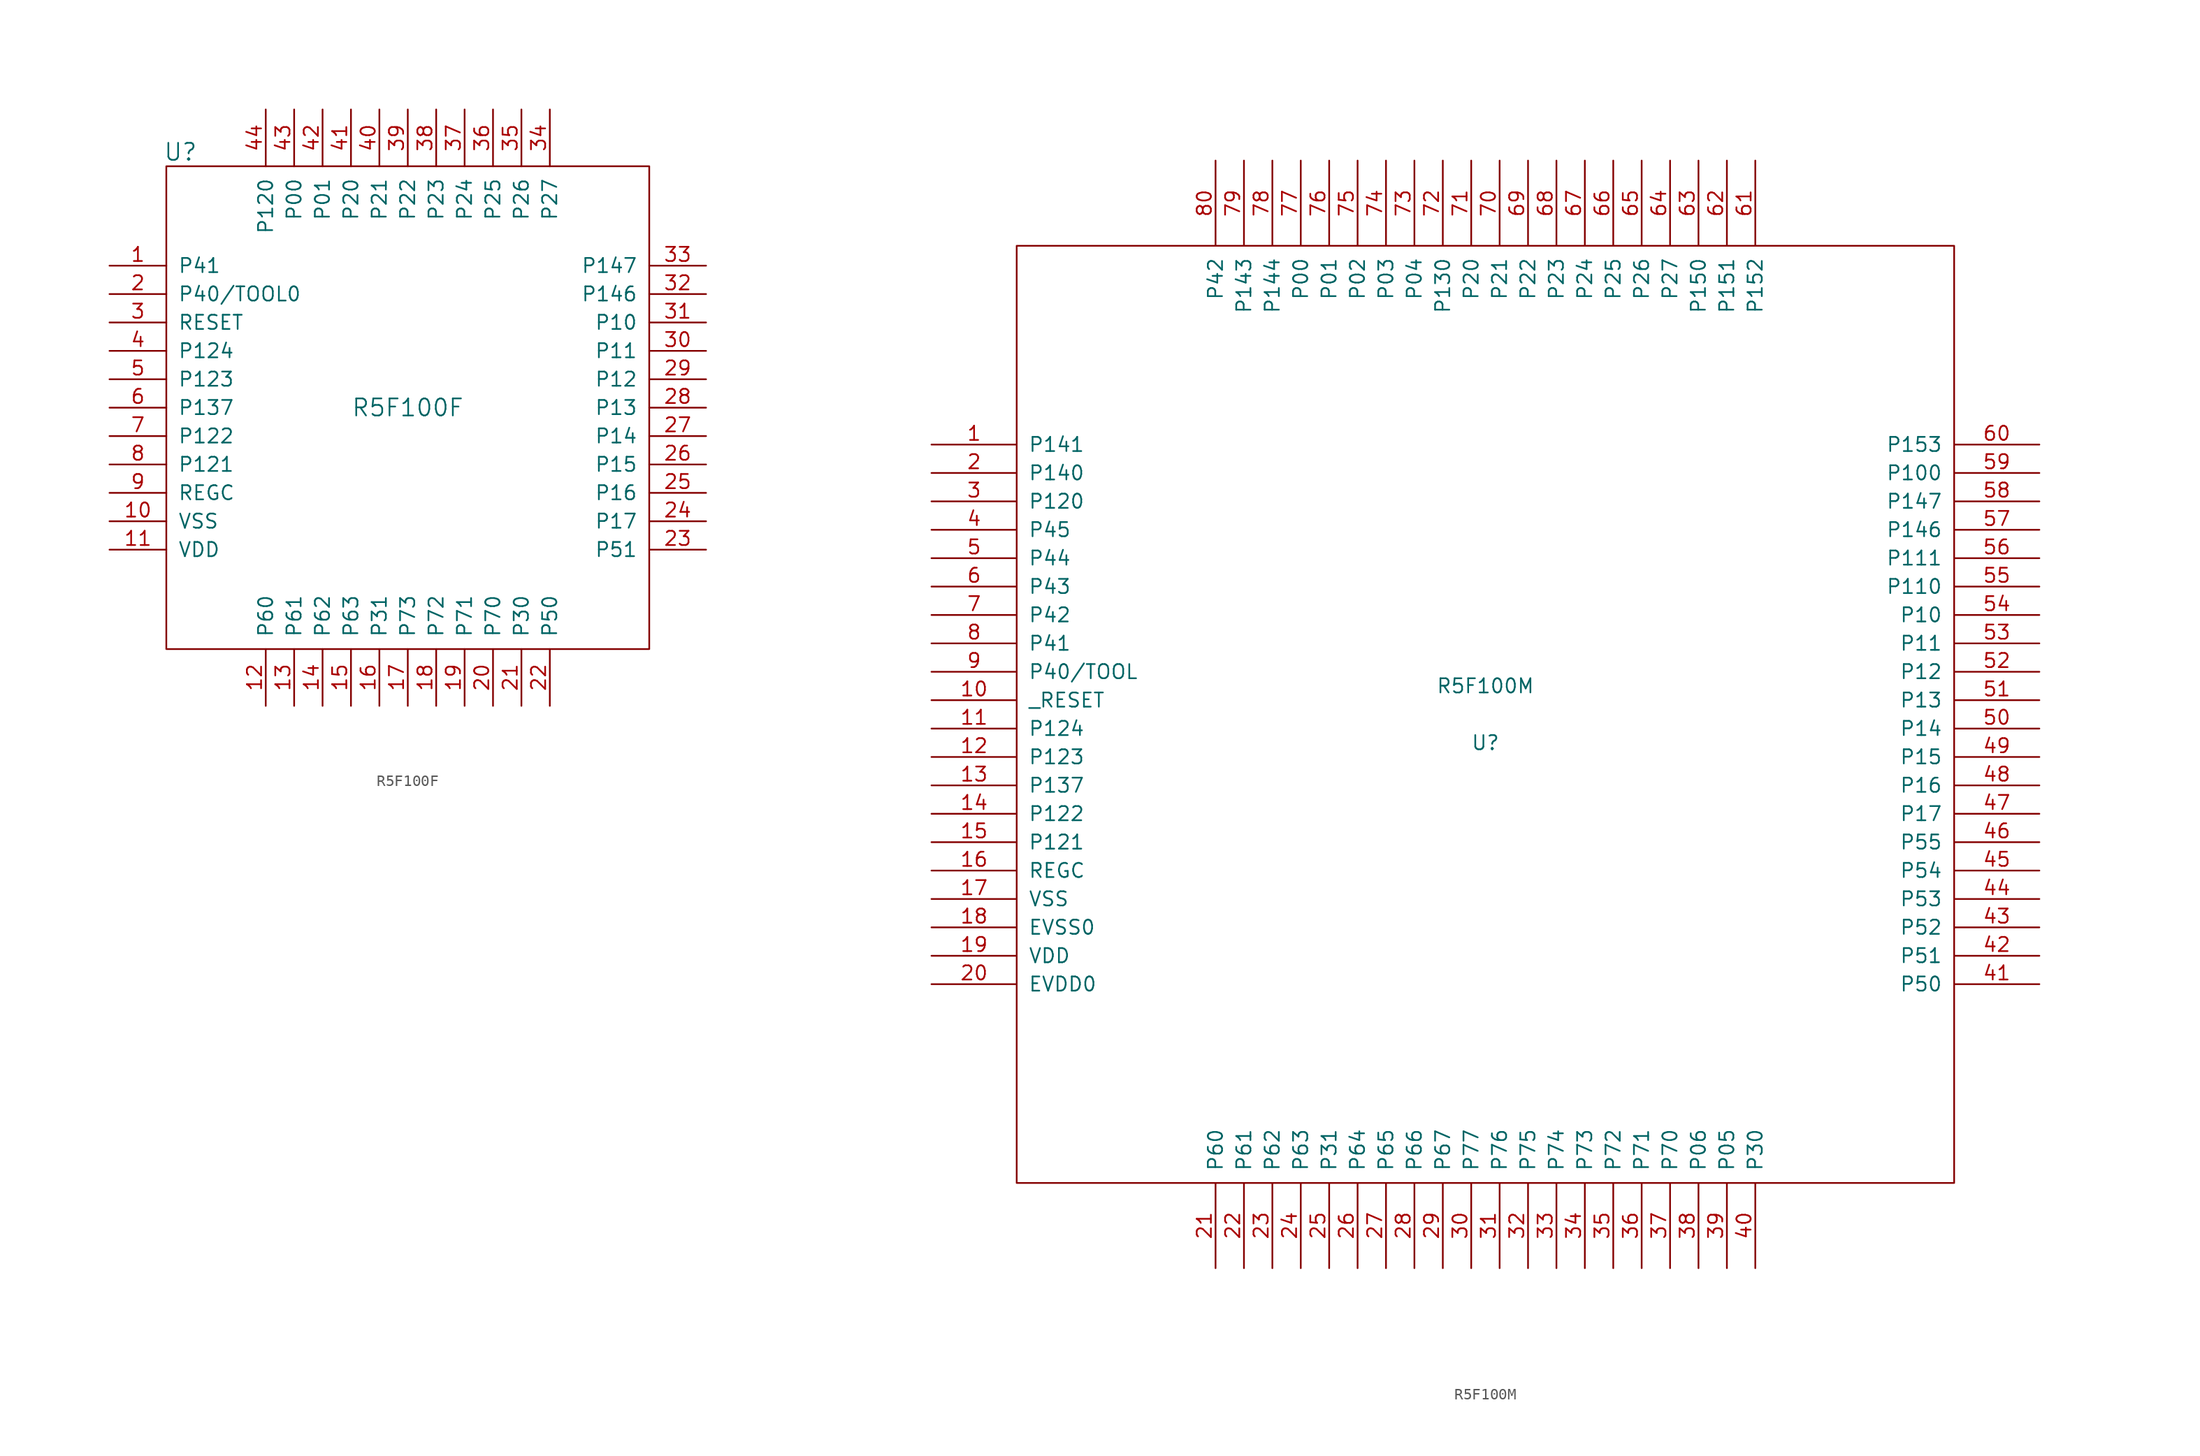
<source format=kicad_sym>
(kicad_symbol_lib
  (version 20211014)
  (generator kicad_symbol_editor)
  (symbol "R5F100F"
    (pin_names
      (offset 1.016))
    (property "Reference" "U"
      (at -20.32 22.86 0)
      (effects (font (size 1.524 1.524))))
    (property "Value" "R5F100F"
      (at 0 0 0)
      (effects (font (size 1.524 1.524))))
    (symbol "R5F100F_0_1"
      (rectangle (start -21.59 21.59) (end 21.59 -21.59) (stroke (width 0) (type default) (color 0 0 0 0)) (fill (type none))))
    (symbol "R5F100F_1_1"
      (pin input line (at -26.67 12.7 0) (length 5.08) (name "P41" (effects (font (size 1.27 1.27)))) (number "1" (effects (font (size 1.27 1.27)))))
      (pin power_in line (at -26.67 -10.16 0) (length 5.08) (name "VSS" (effects (font (size 1.27 1.27)))) (number "10" (effects (font (size 1.27 1.27)))))
      (pin power_in line (at -26.67 -12.7 0) (length 5.08) (name "VDD" (effects (font (size 1.27 1.27)))) (number "11" (effects (font (size 1.27 1.27)))))
      (pin input line (at -12.7 -26.67 90) (length 5.08) (name "P60" (effects (font (size 1.27 1.27)))) (number "12" (effects (font (size 1.27 1.27)))))
      (pin input line (at -10.16 -26.67 90) (length 5.08) (name "P61" (effects (font (size 1.27 1.27)))) (number "13" (effects (font (size 1.27 1.27)))))
      (pin input line (at -7.62 -26.67 90) (length 5.08) (name "P62" (effects (font (size 1.27 1.27)))) (number "14" (effects (font (size 1.27 1.27)))))
      (pin input line (at -5.08 -26.67 90) (length 5.08) (name "P63" (effects (font (size 1.27 1.27)))) (number "15" (effects (font (size 1.27 1.27)))))
      (pin output line (at -2.54 -26.67 90) (length 5.08) (name "P31" (effects (font (size 1.27 1.27)))) (number "16" (effects (font (size 1.27 1.27)))))
      (pin input line (at 0 -26.67 90) (length 5.08) (name "P73" (effects (font (size 1.27 1.27)))) (number "17" (effects (font (size 1.27 1.27)))))
      (pin input line (at 2.54 -26.67 90) (length 5.08) (name "P72" (effects (font (size 1.27 1.27)))) (number "18" (effects (font (size 1.27 1.27)))))
      (pin input line (at 5.08 -26.67 90) (length 5.08) (name "P71" (effects (font (size 1.27 1.27)))) (number "19" (effects (font (size 1.27 1.27)))))
      (pin bidirectional line (at -26.67 10.16 0) (length 5.08) (name "P40/TOOL0" (effects (font (size 1.27 1.27)))) (number "2" (effects (font (size 1.27 1.27)))))
      (pin input line (at 7.62 -26.67 90) (length 5.08) (name "P70" (effects (font (size 1.27 1.27)))) (number "20" (effects (font (size 1.27 1.27)))))
      (pin output line (at 10.16 -26.67 90) (length 5.08) (name "P30" (effects (font (size 1.27 1.27)))) (number "21" (effects (font (size 1.27 1.27)))))
      (pin input line (at 12.7 -26.67 90) (length 5.08) (name "P50" (effects (font (size 1.27 1.27)))) (number "22" (effects (font (size 1.27 1.27)))))
      (pin output line (at 26.67 -12.7 180) (length 5.08) (name "P51" (effects (font (size 1.27 1.27)))) (number "23" (effects (font (size 1.27 1.27)))))
      (pin input line (at 26.67 -10.16 180) (length 5.08) (name "P17" (effects (font (size 1.27 1.27)))) (number "24" (effects (font (size 1.27 1.27)))))
      (pin input line (at 26.67 -7.62 180) (length 5.08) (name "P16" (effects (font (size 1.27 1.27)))) (number "25" (effects (font (size 1.27 1.27)))))
      (pin output line (at 26.67 -5.08 180) (length 5.08) (name "P15" (effects (font (size 1.27 1.27)))) (number "26" (effects (font (size 1.27 1.27)))))
      (pin input line (at 26.67 -2.54 180) (length 5.08) (name "P14" (effects (font (size 1.27 1.27)))) (number "27" (effects (font (size 1.27 1.27)))))
      (pin output line (at 26.67 0 180) (length 5.08) (name "P13" (effects (font (size 1.27 1.27)))) (number "28" (effects (font (size 1.27 1.27)))))
      (pin output line (at 26.67 2.54 180) (length 5.08) (name "P12" (effects (font (size 1.27 1.27)))) (number "29" (effects (font (size 1.27 1.27)))))
      (pin input line (at -26.67 7.62 0) (length 5.08) (name "RESET" (effects (font (size 1.27 1.27)))) (number "3" (effects (font (size 1.27 1.27)))))
      (pin output line (at 26.67 5.08 180) (length 5.08) (name "P11" (effects (font (size 1.27 1.27)))) (number "30" (effects (font (size 1.27 1.27)))))
      (pin output line (at 26.67 7.62 180) (length 5.08) (name "P10" (effects (font (size 1.27 1.27)))) (number "31" (effects (font (size 1.27 1.27)))))
      (pin input line (at 26.67 10.16 180) (length 5.08) (name "P146" (effects (font (size 1.27 1.27)))) (number "32" (effects (font (size 1.27 1.27)))))
      (pin input line (at 26.67 12.7 180) (length 5.08) (name "P147" (effects (font (size 1.27 1.27)))) (number "33" (effects (font (size 1.27 1.27)))))
      (pin input line (at 12.7 26.67 270) (length 5.08) (name "P27" (effects (font (size 1.27 1.27)))) (number "34" (effects (font (size 1.27 1.27)))))
      (pin input line (at 10.16 26.67 270) (length 5.08) (name "P26" (effects (font (size 1.27 1.27)))) (number "35" (effects (font (size 1.27 1.27)))))
      (pin input line (at 7.62 26.67 270) (length 5.08) (name "P25" (effects (font (size 1.27 1.27)))) (number "36" (effects (font (size 1.27 1.27)))))
      (pin input line (at 5.08 26.67 270) (length 5.08) (name "P24" (effects (font (size 1.27 1.27)))) (number "37" (effects (font (size 1.27 1.27)))))
      (pin input line (at 2.54 26.67 270) (length 5.08) (name "P23" (effects (font (size 1.27 1.27)))) (number "38" (effects (font (size 1.27 1.27)))))
      (pin input line (at 0 26.67 270) (length 5.08) (name "P22" (effects (font (size 1.27 1.27)))) (number "39" (effects (font (size 1.27 1.27)))))
      (pin input line (at -26.67 5.08 0) (length 5.08) (name "P124" (effects (font (size 1.27 1.27)))) (number "4" (effects (font (size 1.27 1.27)))))
      (pin input line (at -2.54 26.67 270) (length 5.08) (name "P21" (effects (font (size 1.27 1.27)))) (number "40" (effects (font (size 1.27 1.27)))))
      (pin input line (at -5.08 26.67 270) (length 5.08) (name "P20" (effects (font (size 1.27 1.27)))) (number "41" (effects (font (size 1.27 1.27)))))
      (pin input line (at -7.62 26.67 270) (length 5.08) (name "P01" (effects (font (size 1.27 1.27)))) (number "42" (effects (font (size 1.27 1.27)))))
      (pin output line (at -10.16 26.67 270) (length 5.08) (name "P00" (effects (font (size 1.27 1.27)))) (number "43" (effects (font (size 1.27 1.27)))))
      (pin input line (at -12.7 26.67 270) (length 5.08) (name "P120" (effects (font (size 1.27 1.27)))) (number "44" (effects (font (size 1.27 1.27)))))
      (pin input line (at -26.67 2.54 0) (length 5.08) (name "P123" (effects (font (size 1.27 1.27)))) (number "5" (effects (font (size 1.27 1.27)))))
      (pin input line (at -26.67 0 0) (length 5.08) (name "P137" (effects (font (size 1.27 1.27)))) (number "6" (effects (font (size 1.27 1.27)))))
      (pin input line (at -26.67 -2.54 0) (length 5.08) (name "P122" (effects (font (size 1.27 1.27)))) (number "7" (effects (font (size 1.27 1.27)))))
      (pin input line (at -26.67 -5.08 0) (length 5.08) (name "P121" (effects (font (size 1.27 1.27)))) (number "8" (effects (font (size 1.27 1.27)))))
      (pin input line (at -26.67 -7.62 0) (length 5.08) (name "REGC" (effects (font (size 1.27 1.27)))) (number "9" (effects (font (size 1.27 1.27)))))))
  (symbol "R5F100M"
    (pin_names
      (offset 1.016))
    (property "Reference" "U"
      (at 0 -2.54 0)
      (effects (font (size 1.27 1.27))))
    (property "Value" "R5F100M"
      (at 0 2.54 0)
      (effects (font (size 1.27 1.27))))
    (symbol "R5F100M_1_0"
      (rectangle (start -41.91 -41.91) (end 41.91 41.91) (stroke (width 0) (type default) (color 0 0 0 0)) (fill (type none))))
    (symbol "R5F100M_1_1"
      (pin unspecified line (at -49.53 24.13 0) (length 7.62) (name "P141" (effects (font (size 1.27 1.27)))) (number "1" (effects (font (size 1.27 1.27)))))
      (pin input line (at -49.53 1.27 0) (length 7.62) (name "_RESET" (effects (font (size 1.27 1.27)))) (number "10" (effects (font (size 1.27 1.27)))))
      (pin unspecified line (at -49.53 -1.27 0) (length 7.62) (name "P124" (effects (font (size 1.27 1.27)))) (number "11" (effects (font (size 1.27 1.27)))))
      (pin unspecified line (at -49.53 -3.81 0) (length 7.62) (name "P123" (effects (font (size 1.27 1.27)))) (number "12" (effects (font (size 1.27 1.27)))))
      (pin unspecified line (at -49.53 -6.35 0) (length 7.62) (name "P137" (effects (font (size 1.27 1.27)))) (number "13" (effects (font (size 1.27 1.27)))))
      (pin unspecified line (at -49.53 -8.89 0) (length 7.62) (name "P122" (effects (font (size 1.27 1.27)))) (number "14" (effects (font (size 1.27 1.27)))))
      (pin unspecified line (at -49.53 -11.43 0) (length 7.62) (name "P121" (effects (font (size 1.27 1.27)))) (number "15" (effects (font (size 1.27 1.27)))))
      (pin power_out line (at -49.53 -13.97 0) (length 7.62) (name "REGC" (effects (font (size 1.27 1.27)))) (number "16" (effects (font (size 1.27 1.27)))))
      (pin power_in line (at -49.53 -16.51 0) (length 7.62) (name "VSS" (effects (font (size 1.27 1.27)))) (number "17" (effects (font (size 1.27 1.27)))))
      (pin power_in line (at -49.53 -19.05 0) (length 7.62) (name "EVSS0" (effects (font (size 1.27 1.27)))) (number "18" (effects (font (size 1.27 1.27)))))
      (pin power_in line (at -49.53 -21.59 0) (length 7.62) (name "VDD" (effects (font (size 1.27 1.27)))) (number "19" (effects (font (size 1.27 1.27)))))
      (pin unspecified line (at -49.53 21.59 0) (length 7.62) (name "P140" (effects (font (size 1.27 1.27)))) (number "2" (effects (font (size 1.27 1.27)))))
      (pin power_in line (at -49.53 -24.13 0) (length 7.62) (name "EVDD0" (effects (font (size 1.27 1.27)))) (number "20" (effects (font (size 1.27 1.27)))))
      (pin unspecified line (at -24.13 -49.53 90) (length 7.62) (name "P60" (effects (font (size 1.27 1.27)))) (number "21" (effects (font (size 1.27 1.27)))))
      (pin unspecified line (at -21.59 -49.53 90) (length 7.62) (name "P61" (effects (font (size 1.27 1.27)))) (number "22" (effects (font (size 1.27 1.27)))))
      (pin unspecified line (at -19.05 -49.53 90) (length 7.62) (name "P62" (effects (font (size 1.27 1.27)))) (number "23" (effects (font (size 1.27 1.27)))))
      (pin unspecified line (at -16.51 -49.53 90) (length 7.62) (name "P63" (effects (font (size 1.27 1.27)))) (number "24" (effects (font (size 1.27 1.27)))))
      (pin unspecified line (at -13.97 -49.53 90) (length 7.62) (name "P31" (effects (font (size 1.27 1.27)))) (number "25" (effects (font (size 1.27 1.27)))))
      (pin unspecified line (at -11.43 -49.53 90) (length 7.62) (name "P64" (effects (font (size 1.27 1.27)))) (number "26" (effects (font (size 1.27 1.27)))))
      (pin unspecified line (at -8.89 -49.53 90) (length 7.62) (name "P65" (effects (font (size 1.27 1.27)))) (number "27" (effects (font (size 1.27 1.27)))))
      (pin unspecified line (at -6.35 -49.53 90) (length 7.62) (name "P66" (effects (font (size 1.27 1.27)))) (number "28" (effects (font (size 1.27 1.27)))))
      (pin unspecified line (at -3.81 -49.53 90) (length 7.62) (name "P67" (effects (font (size 1.27 1.27)))) (number "29" (effects (font (size 1.27 1.27)))))
      (pin unspecified line (at -49.53 19.05 0) (length 7.62) (name "P120" (effects (font (size 1.27 1.27)))) (number "3" (effects (font (size 1.27 1.27)))))
      (pin unspecified line (at -1.27 -49.53 90) (length 7.62) (name "P77" (effects (font (size 1.27 1.27)))) (number "30" (effects (font (size 1.27 1.27)))))
      (pin unspecified line (at 1.27 -49.53 90) (length 7.62) (name "P76" (effects (font (size 1.27 1.27)))) (number "31" (effects (font (size 1.27 1.27)))))
      (pin unspecified line (at 3.81 -49.53 90) (length 7.62) (name "P75" (effects (font (size 1.27 1.27)))) (number "32" (effects (font (size 1.27 1.27)))))
      (pin unspecified line (at 6.35 -49.53 90) (length 7.62) (name "P74" (effects (font (size 1.27 1.27)))) (number "33" (effects (font (size 1.27 1.27)))))
      (pin unspecified line (at 8.89 -49.53 90) (length 7.62) (name "P73" (effects (font (size 1.27 1.27)))) (number "34" (effects (font (size 1.27 1.27)))))
      (pin unspecified line (at 11.43 -49.53 90) (length 7.62) (name "P72" (effects (font (size 1.27 1.27)))) (number "35" (effects (font (size 1.27 1.27)))))
      (pin unspecified line (at 13.97 -49.53 90) (length 7.62) (name "P71" (effects (font (size 1.27 1.27)))) (number "36" (effects (font (size 1.27 1.27)))))
      (pin unspecified line (at 16.51 -49.53 90) (length 7.62) (name "P70" (effects (font (size 1.27 1.27)))) (number "37" (effects (font (size 1.27 1.27)))))
      (pin unspecified line (at 19.05 -49.53 90) (length 7.62) (name "P06" (effects (font (size 1.27 1.27)))) (number "38" (effects (font (size 1.27 1.27)))))
      (pin unspecified line (at 21.59 -49.53 90) (length 7.62) (name "P05" (effects (font (size 1.27 1.27)))) (number "39" (effects (font (size 1.27 1.27)))))
      (pin unspecified line (at -49.53 16.51 0) (length 7.62) (name "P45" (effects (font (size 1.27 1.27)))) (number "4" (effects (font (size 1.27 1.27)))))
      (pin unspecified line (at 24.13 -49.53 90) (length 7.62) (name "P30" (effects (font (size 1.27 1.27)))) (number "40" (effects (font (size 1.27 1.27)))))
      (pin unspecified line (at 49.53 -24.13 180) (length 7.62) (name "P50" (effects (font (size 1.27 1.27)))) (number "41" (effects (font (size 1.27 1.27)))))
      (pin unspecified line (at 49.53 -21.59 180) (length 7.62) (name "P51" (effects (font (size 1.27 1.27)))) (number "42" (effects (font (size 1.27 1.27)))))
      (pin unspecified line (at 49.53 -19.05 180) (length 7.62) (name "P52" (effects (font (size 1.27 1.27)))) (number "43" (effects (font (size 1.27 1.27)))))
      (pin unspecified line (at 49.53 -16.51 180) (length 7.62) (name "P53" (effects (font (size 1.27 1.27)))) (number "44" (effects (font (size 1.27 1.27)))))
      (pin unspecified line (at 49.53 -13.97 180) (length 7.62) (name "P54" (effects (font (size 1.27 1.27)))) (number "45" (effects (font (size 1.27 1.27)))))
      (pin unspecified line (at 49.53 -11.43 180) (length 7.62) (name "P55" (effects (font (size 1.27 1.27)))) (number "46" (effects (font (size 1.27 1.27)))))
      (pin unspecified line (at 49.53 -8.89 180) (length 7.62) (name "P17" (effects (font (size 1.27 1.27)))) (number "47" (effects (font (size 1.27 1.27)))))
      (pin unspecified line (at 49.53 -6.35 180) (length 7.62) (name "P16" (effects (font (size 1.27 1.27)))) (number "48" (effects (font (size 1.27 1.27)))))
      (pin unspecified line (at 49.53 -3.81 180) (length 7.62) (name "P15" (effects (font (size 1.27 1.27)))) (number "49" (effects (font (size 1.27 1.27)))))
      (pin unspecified line (at -49.53 13.97 0) (length 7.62) (name "P44" (effects (font (size 1.27 1.27)))) (number "5" (effects (font (size 1.27 1.27)))))
      (pin unspecified line (at 49.53 -1.27 180) (length 7.62) (name "P14" (effects (font (size 1.27 1.27)))) (number "50" (effects (font (size 1.27 1.27)))))
      (pin unspecified line (at 49.53 1.27 180) (length 7.62) (name "P13" (effects (font (size 1.27 1.27)))) (number "51" (effects (font (size 1.27 1.27)))))
      (pin unspecified line (at 49.53 3.81 180) (length 7.62) (name "P12" (effects (font (size 1.27 1.27)))) (number "52" (effects (font (size 1.27 1.27)))))
      (pin unspecified line (at 49.53 6.35 180) (length 7.62) (name "P11" (effects (font (size 1.27 1.27)))) (number "53" (effects (font (size 1.27 1.27)))))
      (pin unspecified line (at 49.53 8.89 180) (length 7.62) (name "P10" (effects (font (size 1.27 1.27)))) (number "54" (effects (font (size 1.27 1.27)))))
      (pin unspecified line (at 49.53 11.43 180) (length 7.62) (name "P110" (effects (font (size 1.27 1.27)))) (number "55" (effects (font (size 1.27 1.27)))))
      (pin unspecified line (at 49.53 13.97 180) (length 7.62) (name "P111" (effects (font (size 1.27 1.27)))) (number "56" (effects (font (size 1.27 1.27)))))
      (pin unspecified line (at 49.53 16.51 180) (length 7.62) (name "P146" (effects (font (size 1.27 1.27)))) (number "57" (effects (font (size 1.27 1.27)))))
      (pin unspecified line (at 49.53 19.05 180) (length 7.62) (name "P147" (effects (font (size 1.27 1.27)))) (number "58" (effects (font (size 1.27 1.27)))))
      (pin unspecified line (at 49.53 21.59 180) (length 7.62) (name "P100" (effects (font (size 1.27 1.27)))) (number "59" (effects (font (size 1.27 1.27)))))
      (pin unspecified line (at -49.53 11.43 0) (length 7.62) (name "P43" (effects (font (size 1.27 1.27)))) (number "6" (effects (font (size 1.27 1.27)))))
      (pin unspecified line (at 49.53 24.13 180) (length 7.62) (name "P153" (effects (font (size 1.27 1.27)))) (number "60" (effects (font (size 1.27 1.27)))))
      (pin unspecified line (at 24.13 49.53 270) (length 7.62) (name "P152" (effects (font (size 1.27 1.27)))) (number "61" (effects (font (size 1.27 1.27)))))
      (pin unspecified line (at 21.59 49.53 270) (length 7.62) (name "P151" (effects (font (size 1.27 1.27)))) (number "62" (effects (font (size 1.27 1.27)))))
      (pin unspecified line (at 19.05 49.53 270) (length 7.62) (name "P150" (effects (font (size 1.27 1.27)))) (number "63" (effects (font (size 1.27 1.27)))))
      (pin unspecified line (at 16.51 49.53 270) (length 7.62) (name "P27" (effects (font (size 1.27 1.27)))) (number "64" (effects (font (size 1.27 1.27)))))
      (pin unspecified line (at 13.97 49.53 270) (length 7.62) (name "P26" (effects (font (size 1.27 1.27)))) (number "65" (effects (font (size 1.27 1.27)))))
      (pin unspecified line (at 11.43 49.53 270) (length 7.62) (name "P25" (effects (font (size 1.27 1.27)))) (number "66" (effects (font (size 1.27 1.27)))))
      (pin unspecified line (at 8.89 49.53 270) (length 7.62) (name "P24" (effects (font (size 1.27 1.27)))) (number "67" (effects (font (size 1.27 1.27)))))
      (pin unspecified line (at 6.35 49.53 270) (length 7.62) (name "P23" (effects (font (size 1.27 1.27)))) (number "68" (effects (font (size 1.27 1.27)))))
      (pin unspecified line (at 3.81 49.53 270) (length 7.62) (name "P22" (effects (font (size 1.27 1.27)))) (number "69" (effects (font (size 1.27 1.27)))))
      (pin unspecified line (at -49.53 8.89 0) (length 7.62) (name "P42" (effects (font (size 1.27 1.27)))) (number "7" (effects (font (size 1.27 1.27)))))
      (pin unspecified line (at 1.27 49.53 270) (length 7.62) (name "P21" (effects (font (size 1.27 1.27)))) (number "70" (effects (font (size 1.27 1.27)))))
      (pin unspecified line (at -1.27 49.53 270) (length 7.62) (name "P20" (effects (font (size 1.27 1.27)))) (number "71" (effects (font (size 1.27 1.27)))))
      (pin unspecified line (at -3.81 49.53 270) (length 7.62) (name "P130" (effects (font (size 1.27 1.27)))) (number "72" (effects (font (size 1.27 1.27)))))
      (pin unspecified line (at -6.35 49.53 270) (length 7.62) (name "P04" (effects (font (size 1.27 1.27)))) (number "73" (effects (font (size 1.27 1.27)))))
      (pin unspecified line (at -8.89 49.53 270) (length 7.62) (name "P03" (effects (font (size 1.27 1.27)))) (number "74" (effects (font (size 1.27 1.27)))))
      (pin unspecified line (at -11.43 49.53 270) (length 7.62) (name "P02" (effects (font (size 1.27 1.27)))) (number "75" (effects (font (size 1.27 1.27)))))
      (pin unspecified line (at -13.97 49.53 270) (length 7.62) (name "P01" (effects (font (size 1.27 1.27)))) (number "76" (effects (font (size 1.27 1.27)))))
      (pin unspecified line (at -16.51 49.53 270) (length 7.62) (name "P00" (effects (font (size 1.27 1.27)))) (number "77" (effects (font (size 1.27 1.27)))))
      (pin unspecified line (at -19.05 49.53 270) (length 7.62) (name "P144" (effects (font (size 1.27 1.27)))) (number "78" (effects (font (size 1.27 1.27)))))
      (pin unspecified line (at -21.59 49.53 270) (length 7.62) (name "P143" (effects (font (size 1.27 1.27)))) (number "79" (effects (font (size 1.27 1.27)))))
      (pin unspecified line (at -49.53 6.35 0) (length 7.62) (name "P41" (effects (font (size 1.27 1.27)))) (number "8" (effects (font (size 1.27 1.27)))))
      (pin unspecified line (at -24.13 49.53 270) (length 7.62) (name "P42" (effects (font (size 1.27 1.27)))) (number "80" (effects (font (size 1.27 1.27)))))
      (pin bidirectional line (at -49.53 3.81 0) (length 7.62) (name "P40/TOOL" (effects (font (size 1.27 1.27)))) (number "9" (effects (font (size 1.27 1.27))))))))
</source>
